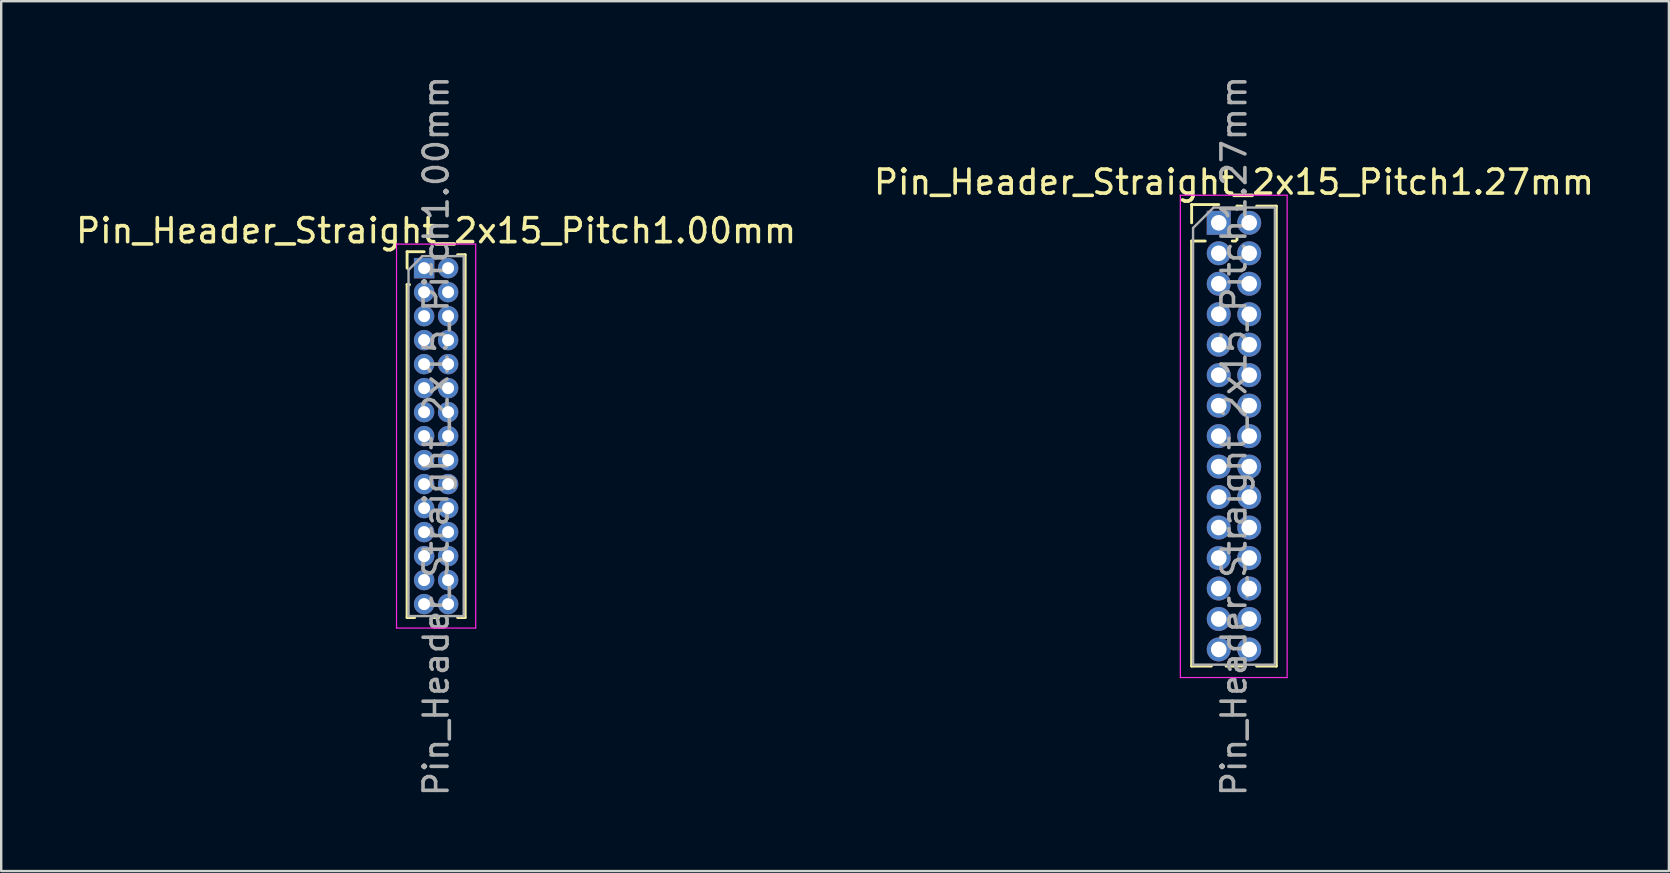
<source format=kicad_pcb>
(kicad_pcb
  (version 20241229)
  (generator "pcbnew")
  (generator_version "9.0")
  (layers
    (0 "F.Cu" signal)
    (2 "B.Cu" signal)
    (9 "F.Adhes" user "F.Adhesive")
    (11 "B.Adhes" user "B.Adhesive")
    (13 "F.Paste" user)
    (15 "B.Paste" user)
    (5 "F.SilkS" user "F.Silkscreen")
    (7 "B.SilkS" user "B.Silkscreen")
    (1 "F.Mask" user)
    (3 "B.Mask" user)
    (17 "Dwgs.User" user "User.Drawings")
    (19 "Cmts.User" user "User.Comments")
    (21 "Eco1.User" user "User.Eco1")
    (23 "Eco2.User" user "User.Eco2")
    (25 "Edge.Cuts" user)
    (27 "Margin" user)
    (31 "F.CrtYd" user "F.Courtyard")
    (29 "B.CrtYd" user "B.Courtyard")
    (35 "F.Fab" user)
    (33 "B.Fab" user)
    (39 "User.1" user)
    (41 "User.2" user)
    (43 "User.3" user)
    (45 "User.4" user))
  (footprint "Pin_Header_Straight_2x15_Pitch1.27mm"
    (layer "F.Cu")
    (at 47.74 6.235)
    (property "Reference" "Pin_Header_Straight_2x15_Pitch1.27mm" (at 0.635 -1.695 0) (layer "F.SilkS") (effects (font (size 1 1) (thickness 0.15))))
    (attr through_hole)
    (fp_line (start -1.13 -0.76) (end 0 -0.76) (stroke (width 0.12) (type solid)) (layer "F.SilkS"))
    (fp_line (start -1.13 0) (end -1.13 -0.76) (stroke (width 0.12) (type solid)) (layer "F.SilkS"))
    (fp_line (start -1.13 0.76) (end -1.13 18.475) (stroke (width 0.12) (type solid)) (layer "F.SilkS"))
    (fp_line (start -1.13 0.76) (end -0.563 0.76) (stroke (width 0.12) (type solid)) (layer "F.SilkS"))
    (fp_line (start -1.13 18.475) (end -0.308 18.475) (stroke (width 0.12) (type solid)) (layer "F.SilkS"))
    (fp_line (start 0.308 18.475) (end 0.962 18.475) (stroke (width 0.12) (type solid)) (layer "F.SilkS"))
    (fp_line (start 0.563 0.76) (end 0.707 0.76) (stroke (width 0.12) (type solid)) (layer "F.SilkS"))
    (fp_line (start 0.76 -0.695) (end 0.962 -0.695) (stroke (width 0.12) (type solid)) (layer "F.SilkS"))
    (fp_line (start 0.76 -0.563) (end 0.76 -0.695) (stroke (width 0.12) (type solid)) (layer "F.SilkS"))
    (fp_line (start 0.76 0.707) (end 0.76 0.563) (stroke (width 0.12) (type solid)) (layer "F.SilkS"))
    (fp_line (start 1.578 -0.695) (end 2.4 -0.695) (stroke (width 0.12) (type solid)) (layer "F.SilkS"))
    (fp_line (start 1.578 18.475) (end 2.4 18.475) (stroke (width 0.12) (type solid)) (layer "F.SilkS"))
    (fp_line (start 2.4 -0.695) (end 2.4 18.475) (stroke (width 0.12) (type solid)) (layer "F.SilkS"))
    (fp_line (start -1.6 -1.15) (end -1.6 18.95) (stroke (width 0.05) (type solid)) (layer "F.CrtYd"))
    (fp_line (start -1.6 18.95) (end 2.85 18.95) (stroke (width 0.05) (type solid)) (layer "F.CrtYd"))
    (fp_line (start 2.85 -1.15) (end -1.6 -1.15) (stroke (width 0.05) (type solid)) (layer "F.CrtYd"))
    (fp_line (start 2.85 18.95) (end 2.85 -1.15) (stroke (width 0.05) (type solid)) (layer "F.CrtYd"))
    (fp_line (start -1.07 0.217) (end -0.217 -0.635) (stroke (width 0.1) (type solid)) (layer "F.Fab"))
    (fp_line (start -1.07 18.415) (end -1.07 0.217) (stroke (width 0.1) (type solid)) (layer "F.Fab"))
    (fp_line (start -0.217 -0.635) (end 2.34 -0.635) (stroke (width 0.1) (type solid)) (layer "F.Fab"))
    (fp_line (start 2.34 -0.635) (end 2.34 18.415) (stroke (width 0.1) (type solid)) (layer "F.Fab"))
    (fp_line (start 2.34 18.415) (end -1.07 18.415) (stroke (width 0.1) (type solid)) (layer "F.Fab"))
    (fp_text user "${REFERENCE}" (at 0.635 8.89 90) (layer "F.Fab") (effects (font (size 1 1) (thickness 0.15))))
    (pad "1" thru_hole rect (at 0 0) (size 1 1) (drill 0.65) (layers "*.Cu" "*.Mask"))
    (pad "2" thru_hole oval (at 1.27 0) (size 1 1) (drill 0.65) (layers "*.Cu" "*.Mask"))
    (pad "3" thru_hole oval (at 0 1.27) (size 1 1) (drill 0.65) (layers "*.Cu" "*.Mask"))
    (pad "4" thru_hole oval (at 1.27 1.27) (size 1 1) (drill 0.65) (layers "*.Cu" "*.Mask"))
    (pad "5" thru_hole oval (at 0 2.54) (size 1 1) (drill 0.65) (layers "*.Cu" "*.Mask"))
    (pad "6" thru_hole oval (at 1.27 2.54) (size 1 1) (drill 0.65) (layers "*.Cu" "*.Mask"))
    (pad "7" thru_hole oval (at 0 3.81) (size 1 1) (drill 0.65) (layers "*.Cu" "*.Mask"))
    (pad "8" thru_hole oval (at 1.27 3.81) (size 1 1) (drill 0.65) (layers "*.Cu" "*.Mask"))
    (pad "9" thru_hole oval (at 0 5.08) (size 1 1) (drill 0.65) (layers "*.Cu" "*.Mask"))
    (pad "10" thru_hole oval (at 1.27 5.08) (size 1 1) (drill 0.65) (layers "*.Cu" "*.Mask"))
    (pad "11" thru_hole oval (at 0 6.35) (size 1 1) (drill 0.65) (layers "*.Cu" "*.Mask"))
    (pad "12" thru_hole oval (at 1.27 6.35) (size 1 1) (drill 0.65) (layers "*.Cu" "*.Mask"))
    (pad "13" thru_hole oval (at 0 7.62) (size 1 1) (drill 0.65) (layers "*.Cu" "*.Mask"))
    (pad "14" thru_hole oval (at 1.27 7.62) (size 1 1) (drill 0.65) (layers "*.Cu" "*.Mask"))
    (pad "15" thru_hole oval (at 0 8.89) (size 1 1) (drill 0.65) (layers "*.Cu" "*.Mask"))
    (pad "16" thru_hole oval (at 1.27 8.89) (size 1 1) (drill 0.65) (layers "*.Cu" "*.Mask"))
    (pad "17" thru_hole oval (at 0 10.16) (size 1 1) (drill 0.65) (layers "*.Cu" "*.Mask"))
    (pad "18" thru_hole oval (at 1.27 10.16) (size 1 1) (drill 0.65) (layers "*.Cu" "*.Mask"))
    (pad "19" thru_hole oval (at 0 11.43) (size 1 1) (drill 0.65) (layers "*.Cu" "*.Mask"))
    (pad "20" thru_hole oval (at 1.27 11.43) (size 1 1) (drill 0.65) (layers "*.Cu" "*.Mask"))
    (pad "21" thru_hole oval (at 0 12.7) (size 1 1) (drill 0.65) (layers "*.Cu" "*.Mask"))
    (pad "22" thru_hole oval (at 1.27 12.7) (size 1 1) (drill 0.65) (layers "*.Cu" "*.Mask"))
    (pad "23" thru_hole oval (at 0 13.97) (size 1 1) (drill 0.65) (layers "*.Cu" "*.Mask"))
    (pad "24" thru_hole oval (at 1.27 13.97) (size 1 1) (drill 0.65) (layers "*.Cu" "*.Mask"))
    (pad "25" thru_hole oval (at 0 15.24) (size 1 1) (drill 0.65) (layers "*.Cu" "*.Mask"))
    (pad "26" thru_hole oval (at 1.27 15.24) (size 1 1) (drill 0.65) (layers "*.Cu" "*.Mask"))
    (pad "27" thru_hole oval (at 0 16.51) (size 1 1) (drill 0.65) (layers "*.Cu" "*.Mask"))
    (pad "28" thru_hole oval (at 1.27 16.51) (size 1 1) (drill 0.65) (layers "*.Cu" "*.Mask"))
    (pad "29" thru_hole oval (at 0 17.78) (size 1 1) (drill 0.65) (layers "*.Cu" "*.Mask"))
    (pad "30" thru_hole oval (at 1.27 17.78) (size 1 1) (drill 0.65) (layers "*.Cu" "*.Mask")))
  (footprint "Pin_Header_Straight_2x15_Pitch1.00mm"
    (layer "F.Cu")
    (at 14.625 8.125)
    (property "Reference" "Pin_Header_Straight_2x15_Pitch1.00mm" (at 0.5 -1.56 0) (layer "F.SilkS") (effects (font (size 1 1) (thickness 0.15))))
    (attr through_hole)
    (fp_line (start -0.71 -0.685) (end 0 -0.685) (stroke (width 0.12) (type solid)) (layer "F.SilkS"))
    (fp_line (start -0.71 0) (end -0.71 -0.685) (stroke (width 0.12) (type solid)) (layer "F.SilkS"))
    (fp_line (start -0.71 0.685) (end -0.71 14.56) (stroke (width 0.12) (type solid)) (layer "F.SilkS"))
    (fp_line (start -0.71 0.685) (end -0.608 0.685) (stroke (width 0.12) (type solid)) (layer "F.SilkS"))
    (fp_line (start -0.71 14.56) (end -0.394 14.56) (stroke (width 0.12) (type solid)) (layer "F.SilkS"))
    (fp_line (start 0.394 14.56) (end 0.606 14.56) (stroke (width 0.12) (type solid)) (layer "F.SilkS"))
    (fp_line (start 1.394 -0.56) (end 1.71 -0.56) (stroke (width 0.12) (type solid)) (layer "F.SilkS"))
    (fp_line (start 1.394 14.56) (end 1.71 14.56) (stroke (width 0.12) (type solid)) (layer "F.SilkS"))
    (fp_line (start 1.71 -0.56) (end 1.71 14.56) (stroke (width 0.12) (type solid)) (layer "F.SilkS"))
    (fp_line (start -1.15 -1) (end -1.15 15) (stroke (width 0.05) (type solid)) (layer "F.CrtYd"))
    (fp_line (start -1.15 15) (end 2.15 15) (stroke (width 0.05) (type solid)) (layer "F.CrtYd"))
    (fp_line (start 2.15 -1) (end -1.15 -1) (stroke (width 0.05) (type solid)) (layer "F.CrtYd"))
    (fp_line (start 2.15 15) (end 2.15 -1) (stroke (width 0.05) (type solid)) (layer "F.CrtYd"))
    (fp_line (start -0.65 0.075) (end -0.075 -0.5) (stroke (width 0.1) (type solid)) (layer "F.Fab"))
    (fp_line (start -0.65 14.5) (end -0.65 0.075) (stroke (width 0.1) (type solid)) (layer "F.Fab"))
    (fp_line (start -0.075 -0.5) (end 1.65 -0.5) (stroke (width 0.1) (type solid)) (layer "F.Fab"))
    (fp_line (start 1.65 -0.5) (end 1.65 14.5) (stroke (width 0.1) (type solid)) (layer "F.Fab"))
    (fp_line (start 1.65 14.5) (end -0.65 14.5) (stroke (width 0.1) (type solid)) (layer "F.Fab"))
    (fp_text user "${REFERENCE}" (at 0.5 7 90) (layer "F.Fab") (effects (font (size 1 1) (thickness 0.15))))
    (pad "1" thru_hole rect (at 0 0) (size 0.85 0.85) (drill 0.5) (layers "*.Cu" "*.Mask"))
    (pad "2" thru_hole oval (at 1 0) (size 0.85 0.85) (drill 0.5) (layers "*.Cu" "*.Mask"))
    (pad "3" thru_hole oval (at 0 1) (size 0.85 0.85) (drill 0.5) (layers "*.Cu" "*.Mask"))
    (pad "4" thru_hole oval (at 1 1) (size 0.85 0.85) (drill 0.5) (layers "*.Cu" "*.Mask"))
    (pad "5" thru_hole oval (at 0 2) (size 0.85 0.85) (drill 0.5) (layers "*.Cu" "*.Mask"))
    (pad "6" thru_hole oval (at 1 2) (size 0.85 0.85) (drill 0.5) (layers "*.Cu" "*.Mask"))
    (pad "7" thru_hole oval (at 0 3) (size 0.85 0.85) (drill 0.5) (layers "*.Cu" "*.Mask"))
    (pad "8" thru_hole oval (at 1 3) (size 0.85 0.85) (drill 0.5) (layers "*.Cu" "*.Mask"))
    (pad "9" thru_hole oval (at 0 4) (size 0.85 0.85) (drill 0.5) (layers "*.Cu" "*.Mask"))
    (pad "10" thru_hole oval (at 1 4) (size 0.85 0.85) (drill 0.5) (layers "*.Cu" "*.Mask"))
    (pad "11" thru_hole oval (at 0 5) (size 0.85 0.85) (drill 0.5) (layers "*.Cu" "*.Mask"))
    (pad "12" thru_hole oval (at 1 5) (size 0.85 0.85) (drill 0.5) (layers "*.Cu" "*.Mask"))
    (pad "13" thru_hole oval (at 0 6) (size 0.85 0.85) (drill 0.5) (layers "*.Cu" "*.Mask"))
    (pad "14" thru_hole oval (at 1 6) (size 0.85 0.85) (drill 0.5) (layers "*.Cu" "*.Mask"))
    (pad "15" thru_hole oval (at 0 7) (size 0.85 0.85) (drill 0.5) (layers "*.Cu" "*.Mask"))
    (pad "16" thru_hole oval (at 1 7) (size 0.85 0.85) (drill 0.5) (layers "*.Cu" "*.Mask"))
    (pad "17" thru_hole oval (at 0 8) (size 0.85 0.85) (drill 0.5) (layers "*.Cu" "*.Mask"))
    (pad "18" thru_hole oval (at 1 8) (size 0.85 0.85) (drill 0.5) (layers "*.Cu" "*.Mask"))
    (pad "19" thru_hole oval (at 0 9) (size 0.85 0.85) (drill 0.5) (layers "*.Cu" "*.Mask"))
    (pad "20" thru_hole oval (at 1 9) (size 0.85 0.85) (drill 0.5) (layers "*.Cu" "*.Mask"))
    (pad "21" thru_hole oval (at 0 10) (size 0.85 0.85) (drill 0.5) (layers "*.Cu" "*.Mask"))
    (pad "22" thru_hole oval (at 1 10) (size 0.85 0.85) (drill 0.5) (layers "*.Cu" "*.Mask"))
    (pad "23" thru_hole oval (at 0 11) (size 0.85 0.85) (drill 0.5) (layers "*.Cu" "*.Mask"))
    (pad "24" thru_hole oval (at 1 11) (size 0.85 0.85) (drill 0.5) (layers "*.Cu" "*.Mask"))
    (pad "25" thru_hole oval (at 0 12) (size 0.85 0.85) (drill 0.5) (layers "*.Cu" "*.Mask"))
    (pad "26" thru_hole oval (at 1 12) (size 0.85 0.85) (drill 0.5) (layers "*.Cu" "*.Mask"))
    (pad "27" thru_hole oval (at 0 13) (size 0.85 0.85) (drill 0.5) (layers "*.Cu" "*.Mask"))
    (pad "28" thru_hole oval (at 1 13) (size 0.85 0.85) (drill 0.5) (layers "*.Cu" "*.Mask"))
    (pad "29" thru_hole oval (at 0 14) (size 0.85 0.85) (drill 0.5) (layers "*.Cu" "*.Mask"))
    (pad "30" thru_hole oval (at 1 14) (size 0.85 0.85) (drill 0.5) (layers "*.Cu" "*.Mask")))
  (gr_rect
    (start -3 -3)
    (end 66.5 33.25)
    (stroke (width 0.1) (type default))
    (fill no)
    (layer "Edge.Cuts")))
</source>
